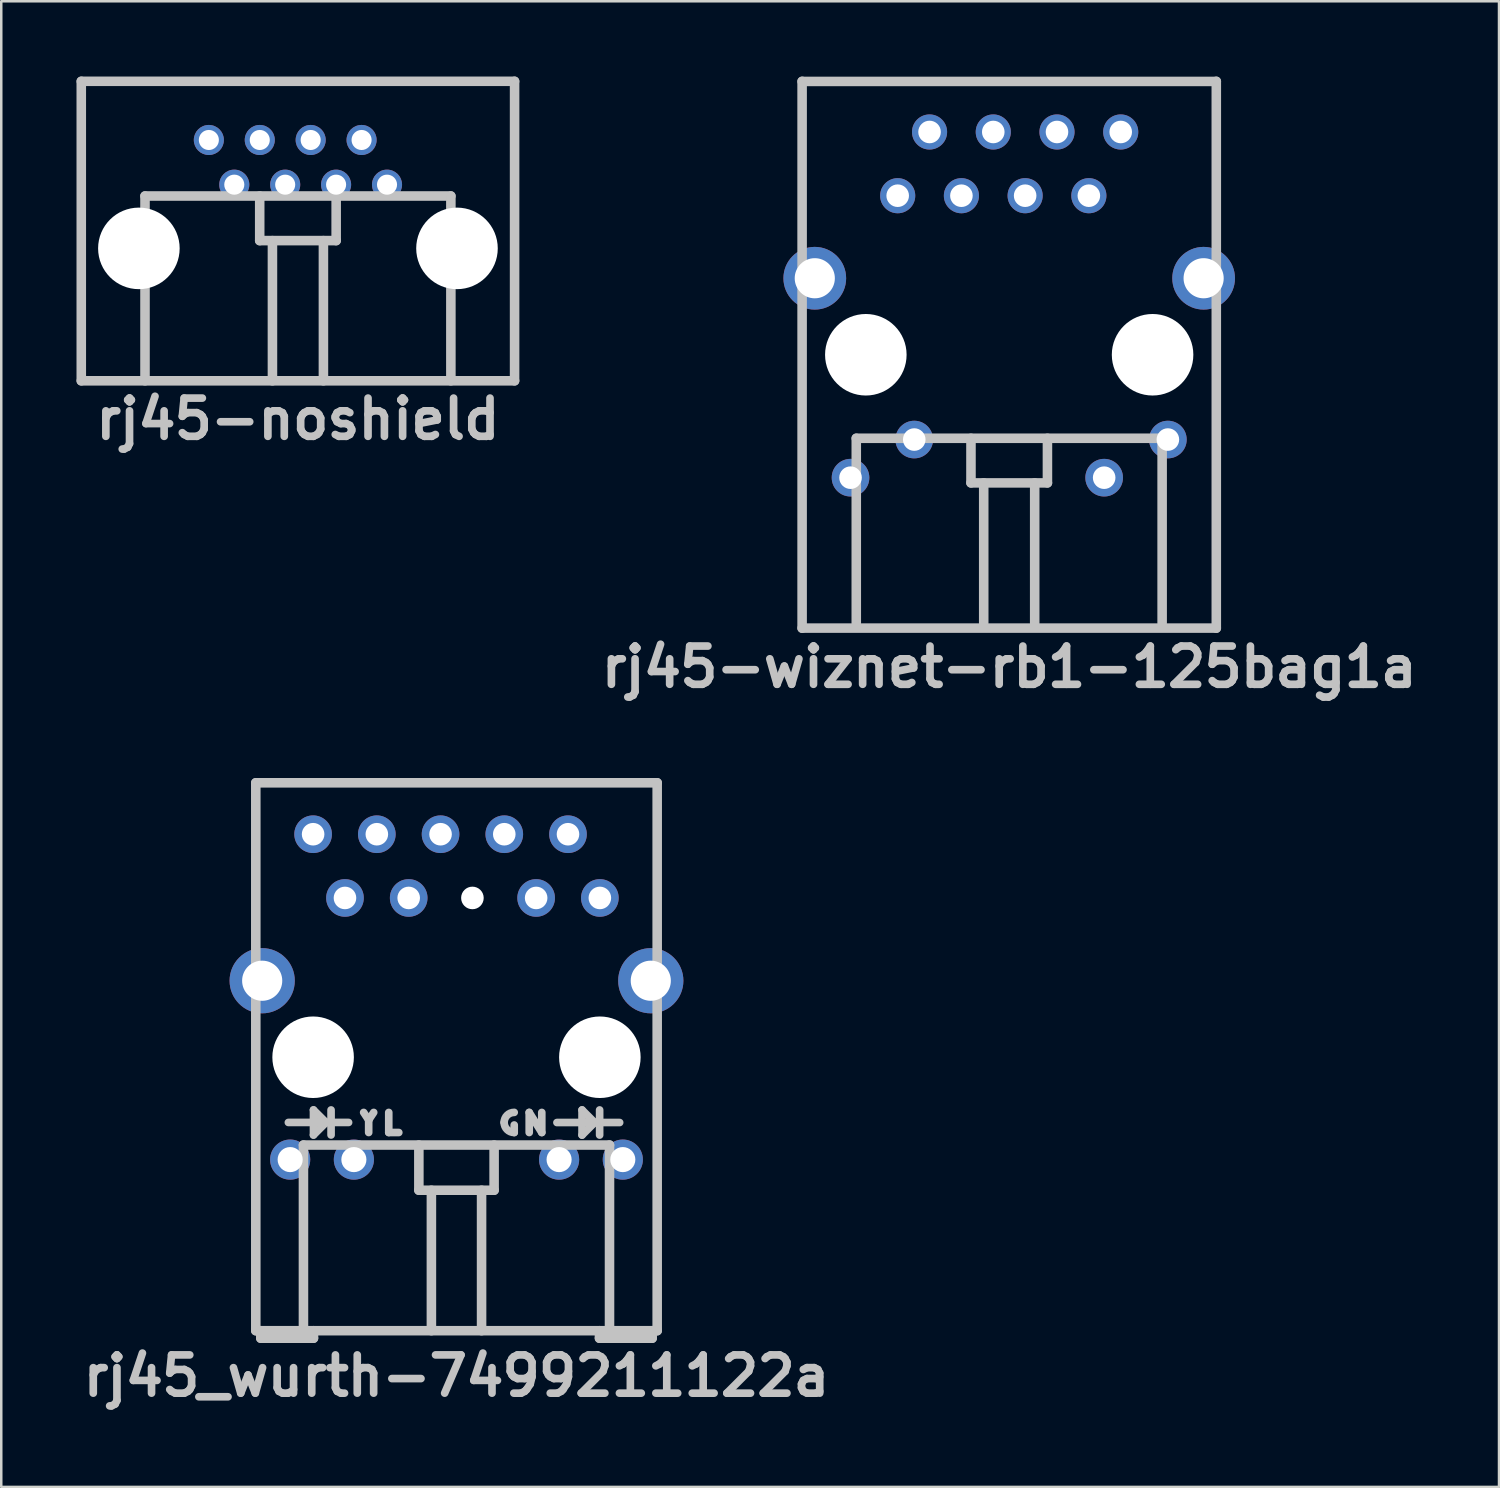
<source format=kicad_pcb>
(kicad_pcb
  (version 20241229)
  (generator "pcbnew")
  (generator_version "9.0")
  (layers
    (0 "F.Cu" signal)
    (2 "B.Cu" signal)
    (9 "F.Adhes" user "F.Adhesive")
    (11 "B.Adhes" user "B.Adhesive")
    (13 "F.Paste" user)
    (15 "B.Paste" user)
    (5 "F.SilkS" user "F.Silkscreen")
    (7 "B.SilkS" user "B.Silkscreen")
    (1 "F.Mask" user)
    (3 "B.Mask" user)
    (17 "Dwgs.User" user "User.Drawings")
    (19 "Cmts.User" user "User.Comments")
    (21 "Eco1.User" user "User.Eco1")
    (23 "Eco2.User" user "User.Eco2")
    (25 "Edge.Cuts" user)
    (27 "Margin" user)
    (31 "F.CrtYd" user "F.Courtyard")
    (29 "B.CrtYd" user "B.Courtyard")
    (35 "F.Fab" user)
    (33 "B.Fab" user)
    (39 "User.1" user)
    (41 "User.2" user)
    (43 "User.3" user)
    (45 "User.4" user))
  (footprint "rj45_wurth-7499211122a"
    (layer "F.Cu")
    (at 15.146 39.093)
    (property "Reference" "rj45_wurth-7499211122a" (at 0 12.7 0) (layer "Dwgs.User") (effects (font (size 1.524 1.524) (thickness 0.305))))
    (attr through_hole)
    (fp_line (start -8 -10.94) (end 8 -10.94) (stroke (width 0.381) (type solid)) (layer "Dwgs.User"))
    (fp_line (start -8 10.9) (end -8 -10.94) (stroke (width 0.381) (type solid)) (layer "Dwgs.User"))
    (fp_line (start -7.8 11.2) (end -7.8 10.9) (stroke (width 0.381) (type solid)) (layer "Dwgs.User"))
    (fp_line (start -7.8 11.2) (end -5.7 11.2) (stroke (width 0.381) (type solid)) (layer "Dwgs.User"))
    (fp_line (start -6.701 2.599) (end -4.301 2.599) (stroke (width 0.305) (type solid)) (layer "Dwgs.User"))
    (fp_line (start -6.1 3.5) (end 6.1 3.5) (stroke (width 0.381) (type solid)) (layer "Dwgs.User"))
    (fp_line (start -6.1 10.9) (end -6.1 3.5) (stroke (width 0.381) (type solid)) (layer "Dwgs.User"))
    (fp_line (start -5.7 2.101) (end -5.7 3.099) (stroke (width 0.305) (type solid)) (layer "Dwgs.User"))
    (fp_line (start -5.7 3.099) (end -5.2 2.599) (stroke (width 0.305) (type solid)) (layer "Dwgs.User"))
    (fp_line (start -5.7 11.2) (end -5.7 10.9) (stroke (width 0.381) (type solid)) (layer "Dwgs.User"))
    (fp_line (start -5.2 2.599) (end -5.7 2.101) (stroke (width 0.305) (type solid)) (layer "Dwgs.User"))
    (fp_line (start -4.999 2.101) (end -4.999 3.099) (stroke (width 0.305) (type solid)) (layer "Dwgs.User"))
    (fp_line (start -3.7 2.2) (end -3.5 2.5) (stroke (width 0.305) (type solid)) (layer "Dwgs.User"))
    (fp_line (start -3.5 2.5) (end -3.5 3) (stroke (width 0.305) (type solid)) (layer "Dwgs.User"))
    (fp_line (start -3.5 2.5) (end -3.3 2.2) (stroke (width 0.305) (type solid)) (layer "Dwgs.User"))
    (fp_line (start -2.7 2.2) (end -2.7 3) (stroke (width 0.305) (type solid)) (layer "Dwgs.User"))
    (fp_line (start -2.7 3) (end -2.3 3) (stroke (width 0.305) (type solid)) (layer "Dwgs.User"))
    (fp_line (start -1.5 5.3) (end -1.5 3.5) (stroke (width 0.381) (type solid)) (layer "Dwgs.User"))
    (fp_line (start -1 10.9) (end -1 5.3) (stroke (width 0.381) (type solid)) (layer "Dwgs.User"))
    (fp_line (start 1 5.3) (end 1 10.9) (stroke (width 0.381) (type solid)) (layer "Dwgs.User"))
    (fp_line (start 1.5 3.5) (end 1.5 5.3) (stroke (width 0.381) (type solid)) (layer "Dwgs.User"))
    (fp_line (start 1.5 5.3) (end -1.5 5.3) (stroke (width 0.381) (type solid)) (layer "Dwgs.User"))
    (fp_line (start 2.301 3) (end 2.301 2.701) (stroke (width 0.305) (type solid)) (layer "Dwgs.User"))
    (fp_line (start 2.899 2.2) (end 3.4 3) (stroke (width 0.305) (type solid)) (layer "Dwgs.User"))
    (fp_line (start 2.899 3) (end 2.899 2.2) (stroke (width 0.305) (type solid)) (layer "Dwgs.User"))
    (fp_line (start 3.4 3) (end 3.4 2.2) (stroke (width 0.305) (type solid)) (layer "Dwgs.User"))
    (fp_line (start 4.004 2.602) (end 6.504 2.602) (stroke (width 0.305) (type solid)) (layer "Dwgs.User"))
    (fp_line (start 5.005 2.101) (end 5.505 2.602) (stroke (width 0.305) (type solid)) (layer "Dwgs.User"))
    (fp_line (start 5.005 3.102) (end 5.005 2.101) (stroke (width 0.305) (type solid)) (layer "Dwgs.User"))
    (fp_line (start 5.505 2.602) (end 5.005 3.102) (stroke (width 0.305) (type solid)) (layer "Dwgs.User"))
    (fp_line (start 5.7 11.2) (end 5.7 10.9) (stroke (width 0.381) (type solid)) (layer "Dwgs.User"))
    (fp_line (start 5.7 11.2) (end 7.8 11.2) (stroke (width 0.381) (type solid)) (layer "Dwgs.User"))
    (fp_line (start 5.706 2.101) (end 5.706 3.102) (stroke (width 0.305) (type solid)) (layer "Dwgs.User"))
    (fp_line (start 6.1 3.5) (end 6.1 10.9) (stroke (width 0.381) (type solid)) (layer "Dwgs.User"))
    (fp_line (start 7.8 11.2) (end 7.8 10.9) (stroke (width 0.381) (type solid)) (layer "Dwgs.User"))
    (fp_line (start 8 -10.94) (end 8 10.9) (stroke (width 0.381) (type solid)) (layer "Dwgs.User"))
    (fp_line (start 8 10.9) (end -8 10.9) (stroke (width 0.381) (type solid)) (layer "Dwgs.User"))
    (fp_arc (start 1.89964 2.59902) (mid 2.017184 2.315244) (end 2.30096 2.1977) (stroke (width 0.3048) (type solid)) (layer "Dwgs.User"))
    (fp_arc (start 2.30096 3.00034) (mid 2.017184 2.882796) (end 1.89964 2.59902) (stroke (width 0.3048) (type solid)) (layer "Dwgs.User"))
    (pad "" np_thru_hole circle (at -5.715 0) (size 3.25 3.25) (drill 3.25) (layers "*.Cu"))
    (pad "" np_thru_hole circle (at 0.635 -6.35) (size 0.9 0.9) (drill 0.9) (layers "*.Cu"))
    (pad "" np_thru_hole circle (at 5.715 0) (size 3.25 3.25) (drill 3.25) (layers "*.Cu"))
    (pad "1" thru_hole circle (at -5.715 -8.89) (size 1.5 1.5) (drill 0.9) (layers "*.Cu" "*.Mask"))
    (pad "2" thru_hole circle (at -4.445 -6.35) (size 1.5 1.5) (drill 0.9) (layers "*.Cu" "*.Mask"))
    (pad "3" thru_hole circle (at -3.175 -8.89) (size 1.5 1.5) (drill 0.9) (layers "*.Cu" "*.Mask"))
    (pad "4" thru_hole circle (at -1.905 -6.35) (size 1.5 1.5) (drill 0.9) (layers "*.Cu" "*.Mask"))
    (pad "5" thru_hole circle (at -0.635 -8.89) (size 1.5 1.5) (drill 0.9) (layers "*.Cu" "*.Mask"))
    (pad "7" thru_hole circle (at 1.905 -8.89) (size 1.5 1.5) (drill 0.9) (layers "*.Cu" "*.Mask"))
    (pad "8" thru_hole circle (at 3.175 -6.35) (size 1.5 1.5) (drill 0.9) (layers "*.Cu" "*.Mask"))
    (pad "9" thru_hole circle (at 4.445 -8.89) (size 1.5 1.5) (drill 0.9) (layers "*.Cu" "*.Mask"))
    (pad "10" thru_hole circle (at 5.715 -6.35) (size 1.5 1.5) (drill 0.9) (layers "*.Cu" "*.Mask"))
    (pad "11" thru_hole circle (at -6.63 4.08) (size 1.6 1.6) (drill 1) (layers "*.Cu" "*.Mask"))
    (pad "12" thru_hole circle (at -4.09 4.08) (size 1.6 1.6) (drill 1) (layers "*.Cu" "*.Mask"))
    (pad "13" thru_hole circle (at 4.09 4.08) (size 1.6 1.6) (drill 1) (layers "*.Cu" "*.Mask"))
    (pad "14" thru_hole circle (at 6.63 4.08) (size 1.6 1.6) (drill 1) (layers "*.Cu" "*.Mask"))
    (pad "15" thru_hole circle (at -7.745 -3.05) (size 2.6 2.6) (drill 1.6) (layers "*.Cu" "*.Mask"))
    (pad "15" thru_hole circle (at 7.745 -3.05) (size 2.6 2.6) (drill 1.6) (layers "*.Cu" "*.Mask")))
  (footprint "rj45-noshield"
    (layer "F.Cu")
    (at 8.826 6.795)
    (property "Reference" "rj45-noshield" (at 0 6.858 0) (layer "Dwgs.User") (effects (font (size 1.524 1.524) (thickness 0.305))))
    (attr through_hole)
    (fp_line (start -8.636 -6.604) (end -8.636 5.334) (stroke (width 0.381) (type solid)) (layer "Dwgs.User"))
    (fp_line (start -8.636 -6.604) (end 8.636 -6.604) (stroke (width 0.381) (type solid)) (layer "Dwgs.User"))
    (fp_line (start -6.096 -2.032) (end 6.096 -2.032) (stroke (width 0.381) (type solid)) (layer "Dwgs.User"))
    (fp_line (start -6.096 5.334) (end -6.096 -2.032) (stroke (width 0.381) (type solid)) (layer "Dwgs.User"))
    (fp_line (start -1.524 -0.254) (end -1.524 -2.032) (stroke (width 0.381) (type solid)) (layer "Dwgs.User"))
    (fp_line (start -1.016 5.334) (end -1.016 -0.254) (stroke (width 0.381) (type solid)) (layer "Dwgs.User"))
    (fp_line (start 1.016 -0.254) (end 1.016 5.334) (stroke (width 0.381) (type solid)) (layer "Dwgs.User"))
    (fp_line (start 1.524 -2.032) (end 1.524 -0.254) (stroke (width 0.381) (type solid)) (layer "Dwgs.User"))
    (fp_line (start 1.524 -0.254) (end -1.524 -0.254) (stroke (width 0.381) (type solid)) (layer "Dwgs.User"))
    (fp_line (start 6.096 -2.032) (end 6.096 5.334) (stroke (width 0.381) (type solid)) (layer "Dwgs.User"))
    (fp_line (start 8.636 5.334) (end -8.636 5.334) (stroke (width 0.381) (type solid)) (layer "Dwgs.User"))
    (fp_line (start 8.636 5.334) (end 8.636 -6.604) (stroke (width 0.381) (type solid)) (layer "Dwgs.User"))
    (pad "" np_thru_hole circle (at -6.34 0.056) (size 3.251 3.251) (drill 3.251) (layers "*.Cu"))
    (pad "" np_thru_hole circle (at 6.34 0.056) (size 3.251 3.251) (drill 3.251) (layers "*.Cu"))
    (pad "1" thru_hole circle (at 3.551 -2.484) (size 1.199 1.199) (drill 0.8) (layers "*.Cu" "*.Mask"))
    (pad "2" thru_hole circle (at 2.537 -4.265) (size 1.199 1.199) (drill 0.8) (layers "*.Cu" "*.Mask"))
    (pad "3" thru_hole circle (at 1.521 -2.484) (size 1.199 1.199) (drill 0.8) (layers "*.Cu" "*.Mask"))
    (pad "4" thru_hole circle (at 0.508 -4.265) (size 1.199 1.199) (drill 0.8) (layers "*.Cu" "*.Mask"))
    (pad "5" thru_hole circle (at -0.508 -2.484) (size 1.199 1.199) (drill 0.8) (layers "*.Cu" "*.Mask"))
    (pad "6" thru_hole circle (at -1.521 -4.265) (size 1.199 1.199) (drill 0.8) (layers "*.Cu" "*.Mask"))
    (pad "7" thru_hole circle (at -2.537 -2.484) (size 1.199 1.199) (drill 0.8) (layers "*.Cu" "*.Mask"))
    (pad "8" thru_hole circle (at -3.551 -4.265) (size 1.199 1.199) (drill 0.8) (layers "*.Cu" "*.Mask")))
  (footprint "rj45-wiznet-rb1-125bag1a"
    (layer "F.Cu")
    (at 37.178 11.091)
    (property "Reference" "rj45-wiznet-rb1-125bag1a" (at 0 12.446 0) (layer "Dwgs.User") (effects (font (size 1.524 1.524) (thickness 0.305))))
    (attr through_hole)
    (fp_line (start -8.255 -10.895) (end 8.255 -10.895) (stroke (width 0.381) (type solid)) (layer "Dwgs.User"))
    (fp_line (start -8.255 10.895) (end 8.255 10.895) (stroke (width 0.381) (type solid)) (layer "Dwgs.User"))
    (fp_line (start -8.255 10.9) (end -8.255 -10.9) (stroke (width 0.381) (type solid)) (layer "Dwgs.User"))
    (fp_line (start -6.096 3.329) (end -6.096 10.695) (stroke (width 0.381) (type solid)) (layer "Dwgs.User"))
    (fp_line (start -6.096 3.329) (end 6.096 3.329) (stroke (width 0.381) (type solid)) (layer "Dwgs.User"))
    (fp_line (start -1.524 5.107) (end -1.524 3.329) (stroke (width 0.381) (type solid)) (layer "Dwgs.User"))
    (fp_line (start -1.016 10.695) (end -1.016 5.107) (stroke (width 0.381) (type solid)) (layer "Dwgs.User"))
    (fp_line (start 1.016 5.107) (end 1.016 10.695) (stroke (width 0.381) (type solid)) (layer "Dwgs.User"))
    (fp_line (start 1.524 3.329) (end 1.524 5.107) (stroke (width 0.381) (type solid)) (layer "Dwgs.User"))
    (fp_line (start 1.524 5.107) (end -1.524 5.107) (stroke (width 0.381) (type solid)) (layer "Dwgs.User"))
    (fp_line (start 6.096 3.329) (end 6.096 10.695) (stroke (width 0.381) (type solid)) (layer "Dwgs.User"))
    (fp_line (start 8.255 -10.9) (end 8.255 10.9) (stroke (width 0.381) (type solid)) (layer "Dwgs.User"))
    (pad "" np_thru_hole circle (at -5.715 0) (size 3.25 3.25) (drill 3.25) (layers "*.Cu"))
    (pad "" np_thru_hole circle (at 5.715 0) (size 3.25 3.25) (drill 3.25) (layers "*.Cu"))
    (pad "1" thru_hole circle (at -4.445 -6.34) (size 1.4 1.4) (drill 0.9) (layers "*.Cu" "*.Mask"))
    (pad "2" thru_hole circle (at -3.175 -8.88) (size 1.4 1.4) (drill 0.9) (layers "*.Cu" "*.Mask"))
    (pad "3" thru_hole circle (at -1.905 -6.34) (size 1.4 1.4) (drill 0.9) (layers "*.Cu" "*.Mask"))
    (pad "4" thru_hole circle (at -0.635 -8.88) (size 1.4 1.4) (drill 0.9) (layers "*.Cu" "*.Mask"))
    (pad "5" thru_hole circle (at 0.635 -6.34) (size 1.4 1.4) (drill 0.9) (layers "*.Cu" "*.Mask"))
    (pad "6" thru_hole circle (at 1.905 -8.88) (size 1.4 1.4) (drill 0.9) (layers "*.Cu" "*.Mask"))
    (pad "7" thru_hole circle (at 3.175 -6.34) (size 1.4 1.4) (drill 0.9) (layers "*.Cu" "*.Mask"))
    (pad "8" thru_hole circle (at 4.445 -8.88) (size 1.4 1.4) (drill 0.9) (layers "*.Cu" "*.Mask"))
    (pad "9" thru_hole circle (at 6.325 3.38) (size 1.5 1.5) (drill 0.9) (layers "*.Cu" "*.Mask"))
    (pad "10" thru_hole circle (at 3.785 4.9) (size 1.5 1.5) (drill 0.9) (layers "*.Cu" "*.Mask"))
    (pad "11" thru_hole circle (at -3.785 3.38) (size 1.5 1.5) (drill 0.9) (layers "*.Cu" "*.Mask"))
    (pad "12" thru_hole circle (at -6.325 4.9) (size 1.5 1.5) (drill 0.9) (layers "*.Cu" "*.Mask"))
    (pad "13" thru_hole circle (at -7.75 -3.05) (size 2.5 2.5) (drill 1.6) (layers "*.Cu" "*.Mask"))
    (pad "13" thru_hole circle (at 7.75 -3.05) (size 2.5 2.5) (drill 1.6) (layers "*.Cu" "*.Mask")))
  (gr_rect
    (start -3 -3)
    (end 56.702 56.22)
    (stroke (width 0.1) (type default))
    (fill no)
    (layer "Edge.Cuts")))
</source>
